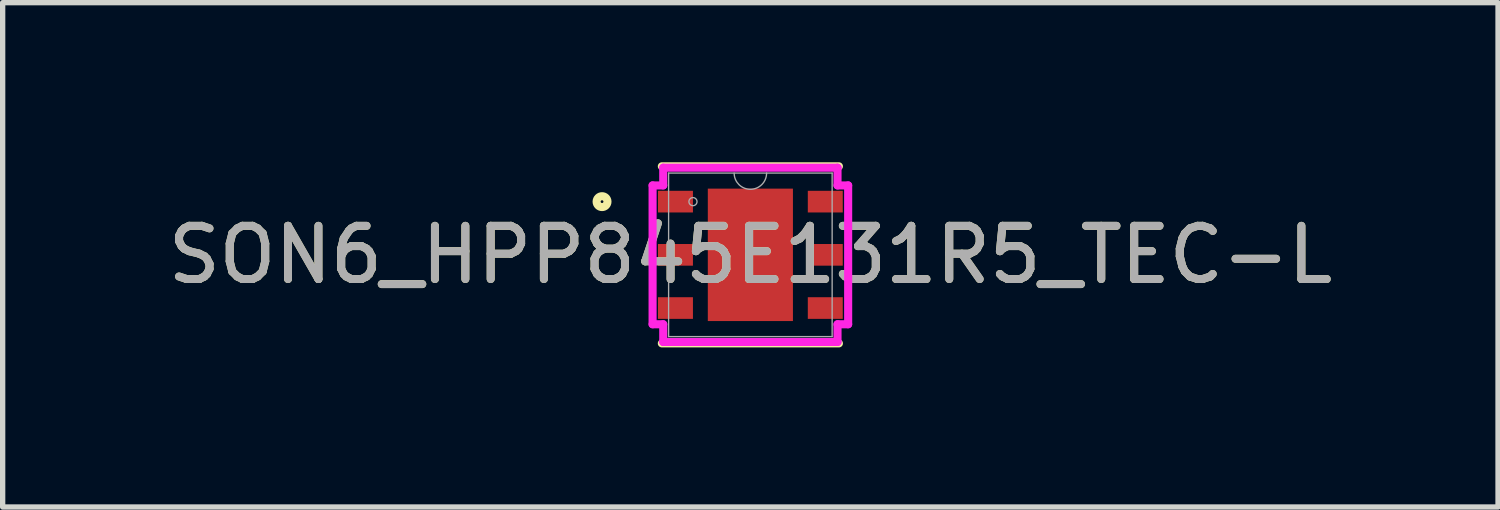
<source format=kicad_pcb>
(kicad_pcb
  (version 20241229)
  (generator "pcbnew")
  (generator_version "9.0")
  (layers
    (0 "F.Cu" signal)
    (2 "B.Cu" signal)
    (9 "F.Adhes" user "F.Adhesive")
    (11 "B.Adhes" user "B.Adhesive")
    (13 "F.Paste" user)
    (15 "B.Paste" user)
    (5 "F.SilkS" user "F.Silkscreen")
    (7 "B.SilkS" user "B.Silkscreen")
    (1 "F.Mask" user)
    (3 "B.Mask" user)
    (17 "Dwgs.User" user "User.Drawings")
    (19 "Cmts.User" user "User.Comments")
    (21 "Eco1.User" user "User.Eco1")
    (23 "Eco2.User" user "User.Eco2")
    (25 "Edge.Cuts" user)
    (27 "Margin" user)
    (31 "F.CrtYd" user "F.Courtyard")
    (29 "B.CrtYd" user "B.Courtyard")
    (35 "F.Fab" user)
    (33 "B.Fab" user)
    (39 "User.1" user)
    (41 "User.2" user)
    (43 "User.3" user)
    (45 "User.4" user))
  (footprint "SON6_HPP845E131R5_TEC-L"
    (layer "F.Cu")
    (at 11.054 1.74)
    (property "Reference" "SON6_HPP845E131R5_TEC-L" (at 0 0 0) (unlocked yes) (layer "F.SilkS") (effects (font (size 1 1) (thickness 0.15))))
    (attr smd)
    (fp_line (start -1.664 1.664) (end 1.664 1.664) (stroke (width 0.152) (type solid)) (layer "F.SilkS"))
    (fp_line (start 1.664 -1.664) (end -1.664 -1.664) (stroke (width 0.152) (type solid)) (layer "F.SilkS"))
    (fp_circle (center -2.788 -1) (end -2.686 -1) (stroke (width 0.152) (type solid)) (fill no) (layer "F.SilkS"))
    (fp_line (start -1.838 -1.305) (end -1.638 -1.305) (stroke (width 0.152) (type solid)) (layer "F.CrtYd"))
    (fp_line (start -1.838 1.305) (end -1.838 -1.305) (stroke (width 0.152) (type solid)) (layer "F.CrtYd"))
    (fp_line (start -1.838 1.305) (end -1.638 1.305) (stroke (width 0.152) (type solid)) (layer "F.CrtYd"))
    (fp_line (start -1.638 -1.638) (end 1.638 -1.638) (stroke (width 0.152) (type solid)) (layer "F.CrtYd"))
    (fp_line (start -1.638 -1.305) (end -1.638 -1.638) (stroke (width 0.152) (type solid)) (layer "F.CrtYd"))
    (fp_line (start -1.638 1.638) (end -1.638 1.305) (stroke (width 0.152) (type solid)) (layer "F.CrtYd"))
    (fp_line (start 1.638 -1.638) (end 1.638 -1.305) (stroke (width 0.152) (type solid)) (layer "F.CrtYd"))
    (fp_line (start 1.638 1.305) (end 1.638 1.638) (stroke (width 0.152) (type solid)) (layer "F.CrtYd"))
    (fp_line (start 1.638 1.638) (end -1.638 1.638) (stroke (width 0.152) (type solid)) (layer "F.CrtYd"))
    (fp_line (start 1.838 -1.305) (end 1.638 -1.305) (stroke (width 0.152) (type solid)) (layer "F.CrtYd"))
    (fp_line (start 1.838 -1.305) (end 1.838 1.305) (stroke (width 0.152) (type solid)) (layer "F.CrtYd"))
    (fp_line (start 1.838 1.305) (end 1.638 1.305) (stroke (width 0.152) (type solid)) (layer "F.CrtYd"))
    (fp_line (start -1.537 -1.537) (end -1.537 1.537) (stroke (width 0.025) (type solid)) (layer "F.Fab"))
    (fp_line (start -1.537 1.537) (end 1.537 1.537) (stroke (width 0.025) (type solid)) (layer "F.Fab"))
    (fp_line (start 1.537 -1.537) (end -1.537 -1.537) (stroke (width 0.025) (type solid)) (layer "F.Fab"))
    (fp_line (start 1.537 1.537) (end 1.537 -1.537) (stroke (width 0.025) (type solid)) (layer "F.Fab"))
    (fp_arc (start 0.3048 -1.5367) (mid 0 -1.2319) (end -0.3048 -1.5367) (stroke (width 0.0254) (type solid)) (layer "F.Fab"))
    (fp_circle (center -1.079 -1) (end -1.003 -1) (stroke (width 0.025) (type solid)) (fill no) (layer "F.Fab"))
    (fp_text user "${REFERENCE}" (at 0 0 0) (unlocked yes) (layer "F.Fab") (effects (font (size 1 1) (thickness 0.15))))
    (pad "1" smd rect (at -1.408 -1) (size 0.657 0.407) (layers "F.Cu" "F.Mask" "F.Paste"))
    (pad "2" smd rect (at -1.408 0) (size 0.657 0.407) (layers "F.Cu" "F.Mask" "F.Paste"))
    (pad "3" smd rect (at -1.408 1) (size 0.657 0.407) (layers "F.Cu" "F.Mask" "F.Paste"))
    (pad "4" smd rect (at 1.408 1) (size 0.657 0.407) (layers "F.Cu" "F.Mask" "F.Paste"))
    (pad "5" smd rect (at 1.408 0) (size 0.657 0.407) (layers "F.Cu" "F.Mask" "F.Paste"))
    (pad "6" smd rect (at 1.408 -1) (size 0.657 0.407) (layers "F.Cu" "F.Mask" "F.Paste"))
    (pad "7" smd rect (at 0 0) (size 1.6 2.489) (layers "F.Cu" "F.Mask" "F.Paste")))
  (gr_rect
    (start -3 -3)
    (end 25.107 6.48)
    (stroke (width 0.1) (type default))
    (fill no)
    (layer "Edge.Cuts")))
</source>
